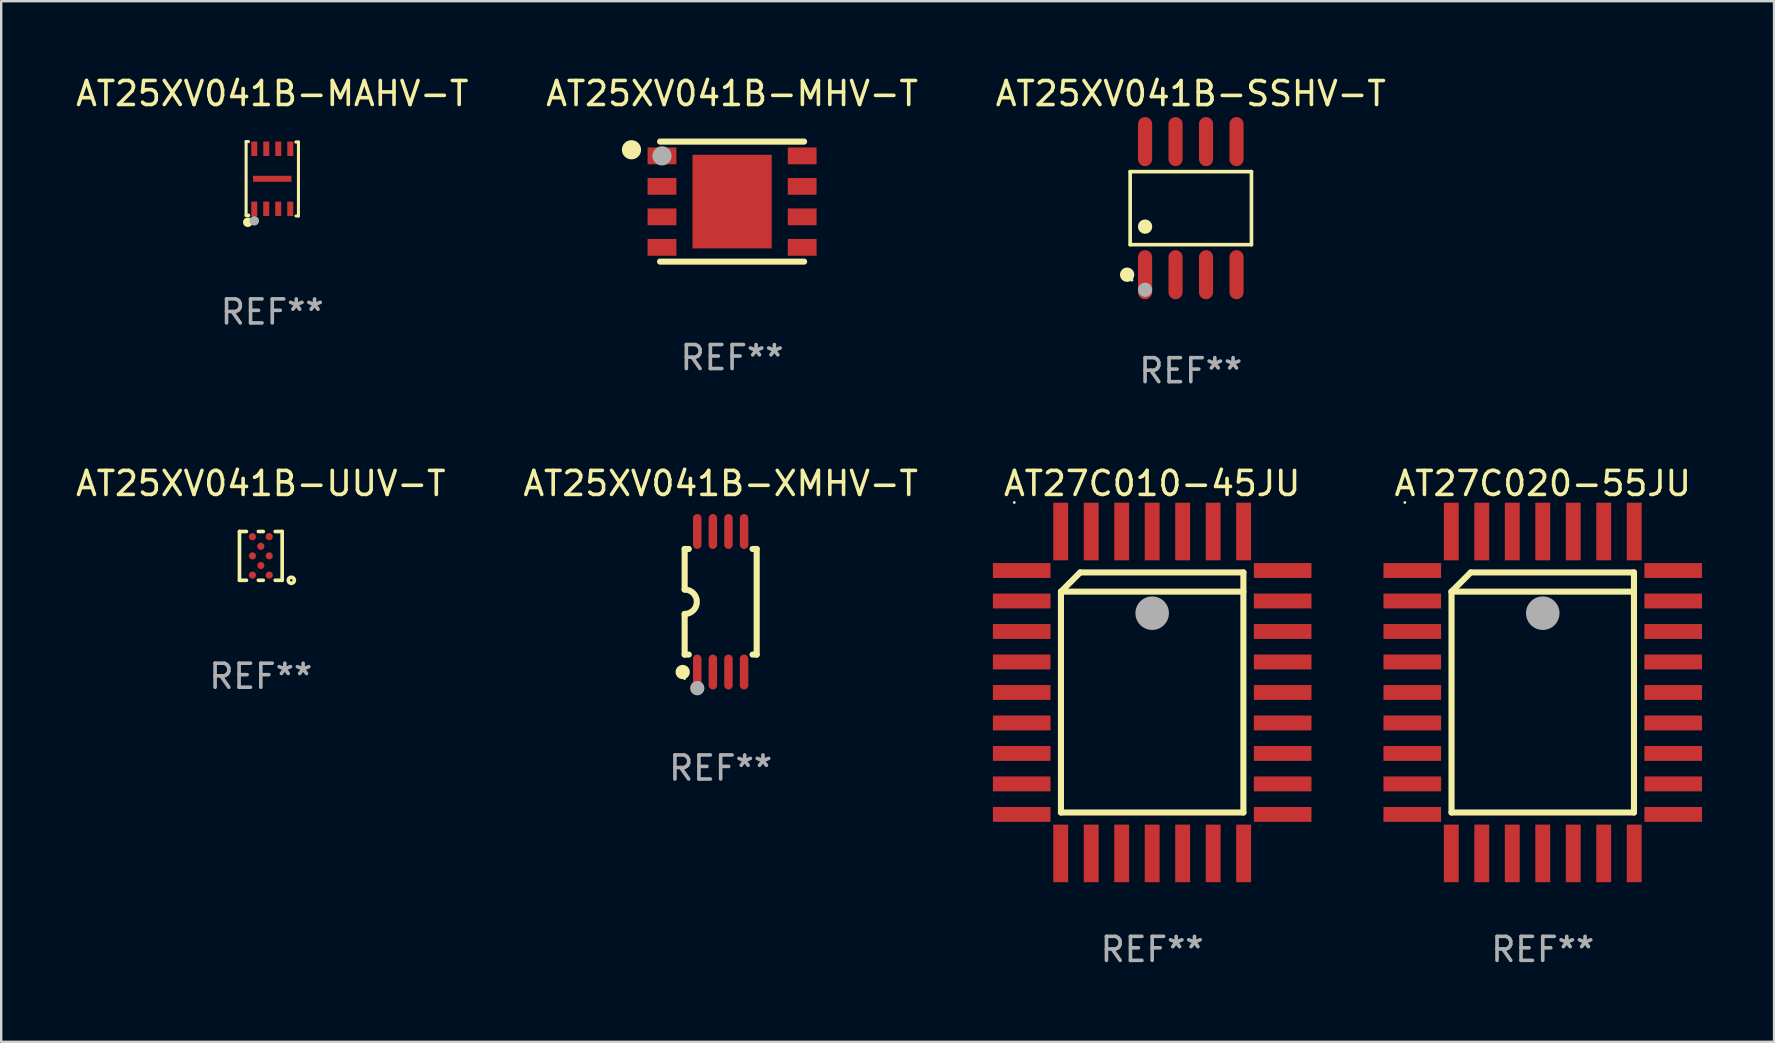
<source format=kicad_pcb>
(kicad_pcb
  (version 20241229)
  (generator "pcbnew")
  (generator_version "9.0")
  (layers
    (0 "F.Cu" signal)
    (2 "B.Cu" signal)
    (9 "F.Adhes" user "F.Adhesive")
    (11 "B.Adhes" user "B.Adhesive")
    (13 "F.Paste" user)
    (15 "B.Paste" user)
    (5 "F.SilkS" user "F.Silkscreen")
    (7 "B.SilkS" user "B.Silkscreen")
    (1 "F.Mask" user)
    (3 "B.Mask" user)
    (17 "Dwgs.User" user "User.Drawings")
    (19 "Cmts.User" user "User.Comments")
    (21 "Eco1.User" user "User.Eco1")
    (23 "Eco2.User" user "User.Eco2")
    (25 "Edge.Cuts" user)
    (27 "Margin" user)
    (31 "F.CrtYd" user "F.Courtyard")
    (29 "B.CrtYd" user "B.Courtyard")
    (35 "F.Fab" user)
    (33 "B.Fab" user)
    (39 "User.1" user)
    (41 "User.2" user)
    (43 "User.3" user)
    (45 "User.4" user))
  (footprint "AT25XV041B-XMHV-T"
    (layer "F.Cu")
    (at 26.97 22.017)
    (property "Reference" "AT25XV041B-XMHV-T" (at 0 -4.927 0) (layer "F.SilkS") (effects (font (size 1 1) (thickness 0.15))))
    (attr through_hole)
    (fp_line (start -1.5 -2.2) (end -1.5 -0.508) (stroke (width 0.254) (type solid)) (layer "F.SilkS"))
    (fp_line (start -1.5 -2.2) (end -1.328 -2.2) (stroke (width 0.254) (type solid)) (layer "F.SilkS"))
    (fp_line (start -1.5 2.2) (end -1.5 0.508) (stroke (width 0.254) (type solid)) (layer "F.SilkS"))
    (fp_line (start -1.5 2.2) (end -1.328 2.2) (stroke (width 0.254) (type solid)) (layer "F.SilkS"))
    (fp_line (start 1.328 -2.2) (end 1.5 -2.2) (stroke (width 0.254) (type solid)) (layer "F.SilkS"))
    (fp_line (start 1.328 2.2) (end 1.5 2.2) (stroke (width 0.254) (type solid)) (layer "F.SilkS"))
    (fp_line (start 1.5 -2.2) (end 1.5 2.2) (stroke (width 0.254) (type solid)) (layer "F.SilkS"))
    (fp_arc (start -1.501144 -0.508) (mid -0.993143 -0.000571) (end -1.5 0.508001) (stroke (width 0.254001) (type solid)) (layer "F.SilkS"))
    (fp_circle (center -1.581 2.927) (end -1.431 2.927) (stroke (width 0.3) (type solid)) (fill no) (layer "F.SilkS"))
    (fp_circle (center -1.5 3.2) (end -1.47 3.2) (stroke (width 0.06) (type solid)) (fill no) (layer "F.SilkS"))
    (fp_circle (center -0.975 3.6) (end -0.825 3.6) (stroke (width 0.3) (type solid)) (fill no) (layer "F.Fab"))
    (fp_text user "REF**" (at 0 6.927 0) (layer "F.Fab") (effects (font (size 1 1) (thickness 0.15))))
    (pad "1" smd oval (at -0.975 2.927) (size 0.353 1.454) (layers "F.Cu" "F.Mask" "F.Paste"))
    (pad "2" smd oval (at -0.325 2.927) (size 0.353 1.454) (layers "F.Cu" "F.Mask" "F.Paste"))
    (pad "3" smd oval (at 0.325 2.927) (size 0.353 1.454) (layers "F.Cu" "F.Mask" "F.Paste"))
    (pad "4" smd oval (at 0.975 2.927) (size 0.353 1.454) (layers "F.Cu" "F.Mask" "F.Paste"))
    (pad "5" smd oval (at 0.975 -2.927) (size 0.353 1.454) (layers "F.Cu" "F.Mask" "F.Paste"))
    (pad "6" smd oval (at 0.325 -2.927) (size 0.353 1.454) (layers "F.Cu" "F.Mask" "F.Paste"))
    (pad "7" smd oval (at -0.325 -2.927) (size 0.353 1.454) (layers "F.Cu" "F.Mask" "F.Paste"))
    (pad "8" smd oval (at -0.975 -2.927) (size 0.353 1.454) (layers "F.Cu" "F.Mask" "F.Paste")))
  (footprint "AT25XV041B-MHV-T"
    (layer "F.Cu")
    (at 27.446 5.348)
    (property "Reference" "AT25XV041B-MHV-T" (at 0 -4.5 0) (layer "F.SilkS") (effects (font (size 1 1) (thickness 0.15))))
    (attr through_hole)
    (fp_line (start 3 -2.5) (end -3 -2.5) (stroke (width 0.254) (type solid)) (layer "F.SilkS"))
    (fp_line (start 3 2.5) (end -3 2.5) (stroke (width 0.254) (type solid)) (layer "F.SilkS"))
    (fp_circle (center -4.191 -2.159) (end -3.991 -2.159) (stroke (width 0.4) (type solid)) (fill no) (layer "F.SilkS"))
    (fp_circle (center -3 -2.5) (end -2.97 -2.5) (stroke (width 0.06) (type solid)) (fill no) (layer "F.SilkS"))
    (fp_circle (center -2.92 -1.905) (end -2.72 -1.905) (stroke (width 0.4) (type solid)) (fill no) (layer "F.Fab"))
    (fp_text user "REF**" (at 0 6.5 0) (layer "F.Fab") (effects (font (size 1 1) (thickness 0.15))))
    (pad "1" smd rect (at -2.92 -1.905) (size 1.2 0.7) (layers "F.Cu" "F.Mask" "F.Paste"))
    (pad "2" smd rect (at -2.92 -0.635) (size 1.2 0.7) (layers "F.Cu" "F.Mask" "F.Paste"))
    (pad "3" smd rect (at -2.92 0.635) (size 1.2 0.7) (layers "F.Cu" "F.Mask" "F.Paste"))
    (pad "4" smd rect (at -2.92 1.905) (size 1.2 0.7) (layers "F.Cu" "F.Mask" "F.Paste"))
    (pad "5" smd rect (at 2.92 1.905) (size 1.2 0.7) (layers "F.Cu" "F.Mask" "F.Paste"))
    (pad "6" smd rect (at 2.92 0.635) (size 1.2 0.7) (layers "F.Cu" "F.Mask" "F.Paste"))
    (pad "7" smd rect (at 2.92 -0.635) (size 1.2 0.7) (layers "F.Cu" "F.Mask" "F.Paste"))
    (pad "8" smd rect (at 2.92 -1.905) (size 1.2 0.7) (layers "F.Cu" "F.Mask" "F.Paste"))
    (pad "9" smd rect (at 0 0) (size 3.3 3.9) (layers "F.Cu" "F.Mask" "F.Paste")))
  (footprint "AT25XV041B-UUV-T"
    (layer "F.Cu")
    (at 7.815 20.106)
    (property "Reference" "AT25XV041B-UUV-T" (at 0 -3.016 0) (layer "F.SilkS") (effects (font (size 1 1) (thickness 0.15))))
    (attr through_hole)
    (fp_line (start -0.889 -1.016) (end -0.599 -1.016) (stroke (width 0.152) (type solid)) (layer "F.SilkS"))
    (fp_line (start -0.889 1.016) (end -0.889 -1.016) (stroke (width 0.152) (type solid)) (layer "F.SilkS"))
    (fp_line (start -0.599 1.016) (end -0.889 1.016) (stroke (width 0.152) (type solid)) (layer "F.SilkS"))
    (fp_line (start -0.101 1.016) (end 0.101 1.016) (stroke (width 0.152) (type solid)) (layer "F.SilkS"))
    (fp_line (start 0.101 -1.016) (end -0.101 -1.016) (stroke (width 0.152) (type solid)) (layer "F.SilkS"))
    (fp_line (start 0.599 -1.016) (end 0.889 -1.016) (stroke (width 0.152) (type solid)) (layer "F.SilkS"))
    (fp_line (start 0.889 -1.016) (end 0.889 1.016) (stroke (width 0.152) (type solid)) (layer "F.SilkS"))
    (fp_line (start 0.889 1.016) (end 0.599 1.016) (stroke (width 0.152) (type solid)) (layer "F.SilkS"))
    (fp_circle (center 1.27 1.016) (end 1.397 1.016) (stroke (width 0.152) (type solid)) (fill no) (layer "F.SilkS"))
    (fp_text user "REF**" (at 0 5.016 0) (layer "F.Fab") (effects (font (size 1 1) (thickness 0.15))))
    (pad "A1" smd circle (at 0.35 0.8) (size 0.3 0.3) (layers "F.Cu" "F.Mask" "F.Paste"))
    (pad "A3" smd circle (at -0.35 0.8) (size 0.3 0.3) (layers "F.Cu" "F.Mask" "F.Paste"))
    (pad "B2" smd circle (at -0.000025 0.4) (size 0.3 0.3) (layers "F.Cu" "F.Mask" "F.Paste"))
    (pad "C1" smd circle (at 0.35 0) (size 0.3 0.3) (layers "F.Cu" "F.Mask" "F.Paste"))
    (pad "C3" smd circle (at -0.35 0) (size 0.3 0.3) (layers "F.Cu" "F.Mask" "F.Paste"))
    (pad "D2" smd circle (at -0.000025 -0.4) (size 0.3 0.3) (layers "F.Cu" "F.Mask" "F.Paste"))
    (pad "E1" smd circle (at 0.35 -0.8) (size 0.3 0.3) (layers "F.Cu" "F.Mask" "F.Paste"))
    (pad "E3" smd circle (at -0.35 -0.8) (size 0.3 0.3) (layers "F.Cu" "F.Mask" "F.Paste")))
  (footprint "AT25XV041B-SSHV-T"
    (layer "F.Cu")
    (at 46.554 5.621)
    (property "Reference" "AT25XV041B-SSHV-T" (at 0 -4.772 0) (layer "F.SilkS") (effects (font (size 1 1) (thickness 0.15))))
    (attr through_hole)
    (fp_line (start -2.526 -1.521) (end 2.526 -1.521) (stroke (width 0.152) (type solid)) (layer "F.SilkS"))
    (fp_line (start -2.526 1.521) (end -2.526 -1.521) (stroke (width 0.152) (type solid)) (layer "F.SilkS"))
    (fp_line (start 2.526 -1.521) (end 2.526 1.521) (stroke (width 0.152) (type solid)) (layer "F.SilkS"))
    (fp_line (start 2.526 1.521) (end -2.526 1.521) (stroke (width 0.152) (type solid)) (layer "F.SilkS"))
    (fp_circle (center -2.652 2.772) (end -2.501 2.772) (stroke (width 0.3) (type solid)) (fill no) (layer "F.SilkS"))
    (fp_circle (center -2.45 3) (end -2.42 3) (stroke (width 0.06) (type solid)) (fill no) (layer "F.SilkS"))
    (fp_circle (center -1.905 0.769) (end -1.755 0.769) (stroke (width 0.3) (type solid)) (fill no) (layer "F.SilkS"))
    (fp_circle (center -1.905 3.4) (end -1.755 3.4) (stroke (width 0.3) (type solid)) (fill no) (layer "F.Fab"))
    (fp_text user "REF**" (at 0 6.772 0) (layer "F.Fab") (effects (font (size 1 1) (thickness 0.15))))
    (pad "1" smd oval (at -1.905 2.772) (size 0.588 2.045) (layers "F.Cu" "F.Mask" "F.Paste"))
    (pad "2" smd oval (at -0.635 2.772) (size 0.588 2.045) (layers "F.Cu" "F.Mask" "F.Paste"))
    (pad "3" smd oval (at 0.635 2.772) (size 0.588 2.045) (layers "F.Cu" "F.Mask" "F.Paste"))
    (pad "4" smd oval (at 1.905 2.772) (size 0.588 2.045) (layers "F.Cu" "F.Mask" "F.Paste"))
    (pad "5" smd oval (at 1.905 -2.772) (size 0.588 2.045) (layers "F.Cu" "F.Mask" "F.Paste"))
    (pad "6" smd oval (at 0.635 -2.772) (size 0.588 2.045) (layers "F.Cu" "F.Mask" "F.Paste"))
    (pad "7" smd oval (at -0.635 -2.772) (size 0.588 2.045) (layers "F.Cu" "F.Mask" "F.Paste"))
    (pad "8" smd oval (at -1.905 -2.772) (size 0.588 2.045) (layers "F.Cu" "F.Mask" "F.Paste")))
  (footprint "AT27C010-45JU"
    (layer "F.Cu")
    (at 44.945 25.795)
    (property "Reference" "AT27C010-45JU" (at 0 -8.705 0) (layer "F.SilkS") (effects (font (size 1 1) (thickness 0.15))))
    (attr through_hole)
    (fp_line (start -3.8 -4.2) (end -3 -5) (stroke (width 0.254) (type solid)) (layer "F.SilkS"))
    (fp_line (start -3.8 -4.2) (end 3.8 -4.2) (stroke (width 0.254) (type solid)) (layer "F.SilkS"))
    (fp_line (start -3.8 5) (end -3.8 -4.2) (stroke (width 0.254) (type solid)) (layer "F.SilkS"))
    (fp_line (start -3 -5) (end 3.8 -5) (stroke (width 0.254) (type solid)) (layer "F.SilkS"))
    (fp_line (start 3.8 -5) (end 3.8 5) (stroke (width 0.254) (type solid)) (layer "F.SilkS"))
    (fp_line (start 3.8 5) (end -3.8 5) (stroke (width 0.254) (type solid)) (layer "F.SilkS"))
    (fp_arc (start 0.299721 -3.294387) (mid 0.29971 -3.296927) (end 0.299721 -3.299467) (stroke (width 0.6) (type solid)) (layer "F.SilkS"))
    (fp_circle (center -5.744 -7.913) (end -5.714 -7.913) (stroke (width 0.06) (type solid)) (fill no) (layer "F.SilkS"))
    (fp_circle (center 0 -3.302) (end 0.35 -3.302) (stroke (width 0.7) (type solid)) (fill no) (layer "F.Fab"))
    (fp_text user "REF**" (at 0 10.705 0) (layer "F.Fab") (effects (font (size 1 1) (thickness 0.15))))
    (pad "1" smd rect (at 0 -6.705 180) (size 0.62 2.4) (layers "F.Cu" "F.Mask" "F.Paste"))
    (pad "2" smd rect (at -1.27 -6.705 180) (size 0.62 2.4) (layers "F.Cu" "F.Mask" "F.Paste"))
    (pad "3" smd rect (at -2.54 -6.705 180) (size 0.62 2.4) (layers "F.Cu" "F.Mask" "F.Paste"))
    (pad "4" smd rect (at -3.81 -6.705 180) (size 0.62 2.4) (layers "F.Cu" "F.Mask" "F.Paste"))
    (pad "5" smd rect (at -5.435 -5.08 270) (size 0.62 2.4) (layers "F.Cu" "F.Mask" "F.Paste"))
    (pad "6" smd rect (at -5.435 -3.81 270) (size 0.62 2.4) (layers "F.Cu" "F.Mask" "F.Paste"))
    (pad "7" smd rect (at -5.435 -2.54 270) (size 0.62 2.4) (layers "F.Cu" "F.Mask" "F.Paste"))
    (pad "8" smd rect (at -5.435 -1.27 270) (size 0.62 2.4) (layers "F.Cu" "F.Mask" "F.Paste"))
    (pad "9" smd rect (at -5.435 0 270) (size 0.62 2.4) (layers "F.Cu" "F.Mask" "F.Paste"))
    (pad "10" smd rect (at -5.435 1.27 270) (size 0.62 2.4) (layers "F.Cu" "F.Mask" "F.Paste"))
    (pad "11" smd rect (at -5.435 2.54 270) (size 0.62 2.4) (layers "F.Cu" "F.Mask" "F.Paste"))
    (pad "12" smd rect (at -5.435 3.81 270) (size 0.62 2.4) (layers "F.Cu" "F.Mask" "F.Paste"))
    (pad "13" smd rect (at -5.435 5.08 270) (size 0.62 2.4) (layers "F.Cu" "F.Mask" "F.Paste"))
    (pad "14" smd rect (at -3.81 6.705) (size 0.62 2.4) (layers "F.Cu" "F.Mask" "F.Paste"))
    (pad "15" smd rect (at -2.54 6.705) (size 0.62 2.4) (layers "F.Cu" "F.Mask" "F.Paste"))
    (pad "16" smd rect (at -1.27 6.705) (size 0.62 2.4) (layers "F.Cu" "F.Mask" "F.Paste"))
    (pad "17" smd rect (at 0 6.705) (size 0.62 2.4) (layers "F.Cu" "F.Mask" "F.Paste"))
    (pad "18" smd rect (at 1.27 6.705) (size 0.62 2.4) (layers "F.Cu" "F.Mask" "F.Paste"))
    (pad "19" smd rect (at 2.54 6.705) (size 0.62 2.4) (layers "F.Cu" "F.Mask" "F.Paste"))
    (pad "20" smd rect (at 3.81 6.705) (size 0.62 2.4) (layers "F.Cu" "F.Mask" "F.Paste"))
    (pad "21" smd rect (at 5.435 5.08 90) (size 0.62 2.4) (layers "F.Cu" "F.Mask" "F.Paste"))
    (pad "22" smd rect (at 5.435 3.81 90) (size 0.62 2.4) (layers "F.Cu" "F.Mask" "F.Paste"))
    (pad "23" smd rect (at 5.435 2.54 90) (size 0.62 2.4) (layers "F.Cu" "F.Mask" "F.Paste"))
    (pad "24" smd rect (at 5.435 1.27 90) (size 0.62 2.4) (layers "F.Cu" "F.Mask" "F.Paste"))
    (pad "25" smd rect (at 5.435 0 90) (size 0.62 2.4) (layers "F.Cu" "F.Mask" "F.Paste"))
    (pad "26" smd rect (at 5.435 -1.27 90) (size 0.62 2.4) (layers "F.Cu" "F.Mask" "F.Paste"))
    (pad "27" smd rect (at 5.435 -2.54 90) (size 0.62 2.4) (layers "F.Cu" "F.Mask" "F.Paste"))
    (pad "28" smd rect (at 5.435 -3.81 90) (size 0.62 2.4) (layers "F.Cu" "F.Mask" "F.Paste"))
    (pad "29" smd rect (at 5.435 -5.08 90) (size 0.62 2.4) (layers "F.Cu" "F.Mask" "F.Paste"))
    (pad "30" smd rect (at 3.81 -6.705) (size 0.62 2.4) (layers "F.Cu" "F.Mask" "F.Paste"))
    (pad "31" smd rect (at 2.54 -6.705) (size 0.62 2.4) (layers "F.Cu" "F.Mask" "F.Paste"))
    (pad "32" smd rect (at 1.27 -6.705) (size 0.62 2.4) (layers "F.Cu" "F.Mask" "F.Paste")))
  (footprint "AT25XV041B-MAHV-T"
    (layer "F.Cu")
    (at 8.292 4.397)
    (property "Reference" "AT25XV041B-MAHV-T" (at 0 -3.549 0) (layer "F.SilkS") (effects (font (size 1 1) (thickness 0.15))))
    (attr through_hole)
    (fp_line (start -1.09 -1.549) (end -1.09 1.531) (stroke (width 0.127) (type solid)) (layer "F.SilkS"))
    (fp_line (start -1.09 1.531) (end -0.98 1.531) (stroke (width 0.127) (type solid)) (layer "F.SilkS"))
    (fp_line (start -0.99 -1.549) (end -1.09 -1.549) (stroke (width 0.127) (type solid)) (layer "F.SilkS"))
    (fp_line (start 0.99 1.549) (end 1.09 1.549) (stroke (width 0.127) (type solid)) (layer "F.SilkS"))
    (fp_line (start 1.09 -1.531) (end 0.98 -1.531) (stroke (width 0.127) (type solid)) (layer "F.SilkS"))
    (fp_line (start 1.09 1.549) (end 1.09 -1.531) (stroke (width 0.127) (type solid)) (layer "F.SilkS"))
    (fp_circle (center -1.02 1.811) (end -0.92 1.811) (stroke (width 0.2) (type solid)) (fill no) (layer "F.SilkS"))
    (fp_circle (center -1 1.5) (end -0.97 1.5) (stroke (width 0.06) (type solid)) (fill no) (layer "F.SilkS"))
    (fp_circle (center -0.75 1.751) (end -0.65 1.751) (stroke (width 0.2) (type solid)) (fill no) (layer "F.Fab"))
    (fp_text user "REF**" (at 0 5.549 0) (layer "F.Fab") (effects (font (size 1 1) (thickness 0.15))))
    (pad "1" smd rect (at -0.75 1.25 180) (size 0.25 0.6) (layers "F.Cu" "F.Mask" "F.Paste"))
    (pad "2" smd rect (at -0.252 1.252 180) (size 0.25 0.6) (layers "F.Cu" "F.Mask" "F.Paste"))
    (pad "3" smd rect (at 0.248 1.252 180) (size 0.25 0.6) (layers "F.Cu" "F.Mask" "F.Paste"))
    (pad "4" smd rect (at 0.748 1.252 180) (size 0.25 0.6) (layers "F.Cu" "F.Mask" "F.Paste"))
    (pad "5" smd rect (at 0.75 -1.25 180) (size 0.25 0.6) (layers "F.Cu" "F.Mask" "F.Paste"))
    (pad "6" smd rect (at 0.25 -1.25 180) (size 0.25 0.6) (layers "F.Cu" "F.Mask" "F.Paste"))
    (pad "7" smd rect (at -0.25 -1.25 180) (size 0.25 0.6) (layers "F.Cu" "F.Mask" "F.Paste"))
    (pad "8" smd rect (at -0.75 -1.25 180) (size 0.25 0.6) (layers "F.Cu" "F.Mask" "F.Paste"))
    (pad "9" smd rect (at -0.000102 0 270) (size 0.25 1.6) (layers "F.Cu" "F.Mask" "F.Paste")))
  (footprint "AT27C020-55JU"
    (layer "F.Cu")
    (at 61.215 25.795)
    (property "Reference" "AT27C020-55JU" (at 0 -8.705 0) (layer "F.SilkS") (effects (font (size 1 1) (thickness 0.15))))
    (attr through_hole)
    (fp_line (start -3.8 -4.2) (end -3 -5) (stroke (width 0.254) (type solid)) (layer "F.SilkS"))
    (fp_line (start -3.8 -4.2) (end 3.8 -4.2) (stroke (width 0.254) (type solid)) (layer "F.SilkS"))
    (fp_line (start -3.8 5) (end -3.8 -4.2) (stroke (width 0.254) (type solid)) (layer "F.SilkS"))
    (fp_line (start -3 -5) (end 3.8 -5) (stroke (width 0.254) (type solid)) (layer "F.SilkS"))
    (fp_line (start 3.8 -5) (end 3.8 5) (stroke (width 0.254) (type solid)) (layer "F.SilkS"))
    (fp_line (start 3.8 5) (end -3.8 5) (stroke (width 0.254) (type solid)) (layer "F.SilkS"))
    (fp_arc (start 0.299721 -3.294387) (mid 0.29971 -3.296927) (end 0.299721 -3.299467) (stroke (width 0.6) (type solid)) (layer "F.SilkS"))
    (fp_circle (center -5.744 -7.913) (end -5.714 -7.913) (stroke (width 0.06) (type solid)) (fill no) (layer "F.SilkS"))
    (fp_circle (center 0 -3.302) (end 0.35 -3.302) (stroke (width 0.7) (type solid)) (fill no) (layer "F.Fab"))
    (fp_text user "REF**" (at 0 10.705 0) (layer "F.Fab") (effects (font (size 1 1) (thickness 0.15))))
    (pad "1" smd rect (at 0 -6.705 180) (size 0.62 2.4) (layers "F.Cu" "F.Mask" "F.Paste"))
    (pad "2" smd rect (at -1.27 -6.705 180) (size 0.62 2.4) (layers "F.Cu" "F.Mask" "F.Paste"))
    (pad "3" smd rect (at -2.54 -6.705 180) (size 0.62 2.4) (layers "F.Cu" "F.Mask" "F.Paste"))
    (pad "4" smd rect (at -3.81 -6.705 180) (size 0.62 2.4) (layers "F.Cu" "F.Mask" "F.Paste"))
    (pad "5" smd rect (at -5.435 -5.08 270) (size 0.62 2.4) (layers "F.Cu" "F.Mask" "F.Paste"))
    (pad "6" smd rect (at -5.435 -3.81 270) (size 0.62 2.4) (layers "F.Cu" "F.Mask" "F.Paste"))
    (pad "7" smd rect (at -5.435 -2.54 270) (size 0.62 2.4) (layers "F.Cu" "F.Mask" "F.Paste"))
    (pad "8" smd rect (at -5.435 -1.27 270) (size 0.62 2.4) (layers "F.Cu" "F.Mask" "F.Paste"))
    (pad "9" smd rect (at -5.435 0 270) (size 0.62 2.4) (layers "F.Cu" "F.Mask" "F.Paste"))
    (pad "10" smd rect (at -5.435 1.27 270) (size 0.62 2.4) (layers "F.Cu" "F.Mask" "F.Paste"))
    (pad "11" smd rect (at -5.435 2.54 270) (size 0.62 2.4) (layers "F.Cu" "F.Mask" "F.Paste"))
    (pad "12" smd rect (at -5.435 3.81 270) (size 0.62 2.4) (layers "F.Cu" "F.Mask" "F.Paste"))
    (pad "13" smd rect (at -5.435 5.08 270) (size 0.62 2.4) (layers "F.Cu" "F.Mask" "F.Paste"))
    (pad "14" smd rect (at -3.81 6.705) (size 0.62 2.4) (layers "F.Cu" "F.Mask" "F.Paste"))
    (pad "15" smd rect (at -2.54 6.705) (size 0.62 2.4) (layers "F.Cu" "F.Mask" "F.Paste"))
    (pad "16" smd rect (at -1.27 6.705) (size 0.62 2.4) (layers "F.Cu" "F.Mask" "F.Paste"))
    (pad "17" smd rect (at 0 6.705) (size 0.62 2.4) (layers "F.Cu" "F.Mask" "F.Paste"))
    (pad "18" smd rect (at 1.27 6.705) (size 0.62 2.4) (layers "F.Cu" "F.Mask" "F.Paste"))
    (pad "19" smd rect (at 2.54 6.705) (size 0.62 2.4) (layers "F.Cu" "F.Mask" "F.Paste"))
    (pad "20" smd rect (at 3.81 6.705) (size 0.62 2.4) (layers "F.Cu" "F.Mask" "F.Paste"))
    (pad "21" smd rect (at 5.435 5.08 90) (size 0.62 2.4) (layers "F.Cu" "F.Mask" "F.Paste"))
    (pad "22" smd rect (at 5.435 3.81 90) (size 0.62 2.4) (layers "F.Cu" "F.Mask" "F.Paste"))
    (pad "23" smd rect (at 5.435 2.54 90) (size 0.62 2.4) (layers "F.Cu" "F.Mask" "F.Paste"))
    (pad "24" smd rect (at 5.435 1.27 90) (size 0.62 2.4) (layers "F.Cu" "F.Mask" "F.Paste"))
    (pad "25" smd rect (at 5.435 0 90) (size 0.62 2.4) (layers "F.Cu" "F.Mask" "F.Paste"))
    (pad "26" smd rect (at 5.435 -1.27 90) (size 0.62 2.4) (layers "F.Cu" "F.Mask" "F.Paste"))
    (pad "27" smd rect (at 5.435 -2.54 90) (size 0.62 2.4) (layers "F.Cu" "F.Mask" "F.Paste"))
    (pad "28" smd rect (at 5.435 -3.81 90) (size 0.62 2.4) (layers "F.Cu" "F.Mask" "F.Paste"))
    (pad "29" smd rect (at 5.435 -5.08 90) (size 0.62 2.4) (layers "F.Cu" "F.Mask" "F.Paste"))
    (pad "30" smd rect (at 3.81 -6.705) (size 0.62 2.4) (layers "F.Cu" "F.Mask" "F.Paste"))
    (pad "31" smd rect (at 2.54 -6.705) (size 0.62 2.4) (layers "F.Cu" "F.Mask" "F.Paste"))
    (pad "32" smd rect (at 1.27 -6.705) (size 0.62 2.4) (layers "F.Cu" "F.Mask" "F.Paste")))
  (gr_rect
    (start -3 -3)
    (end 70.85 40.348)
    (stroke (width 0.1) (type default))
    (fill no)
    (layer "Edge.Cuts")))
</source>
